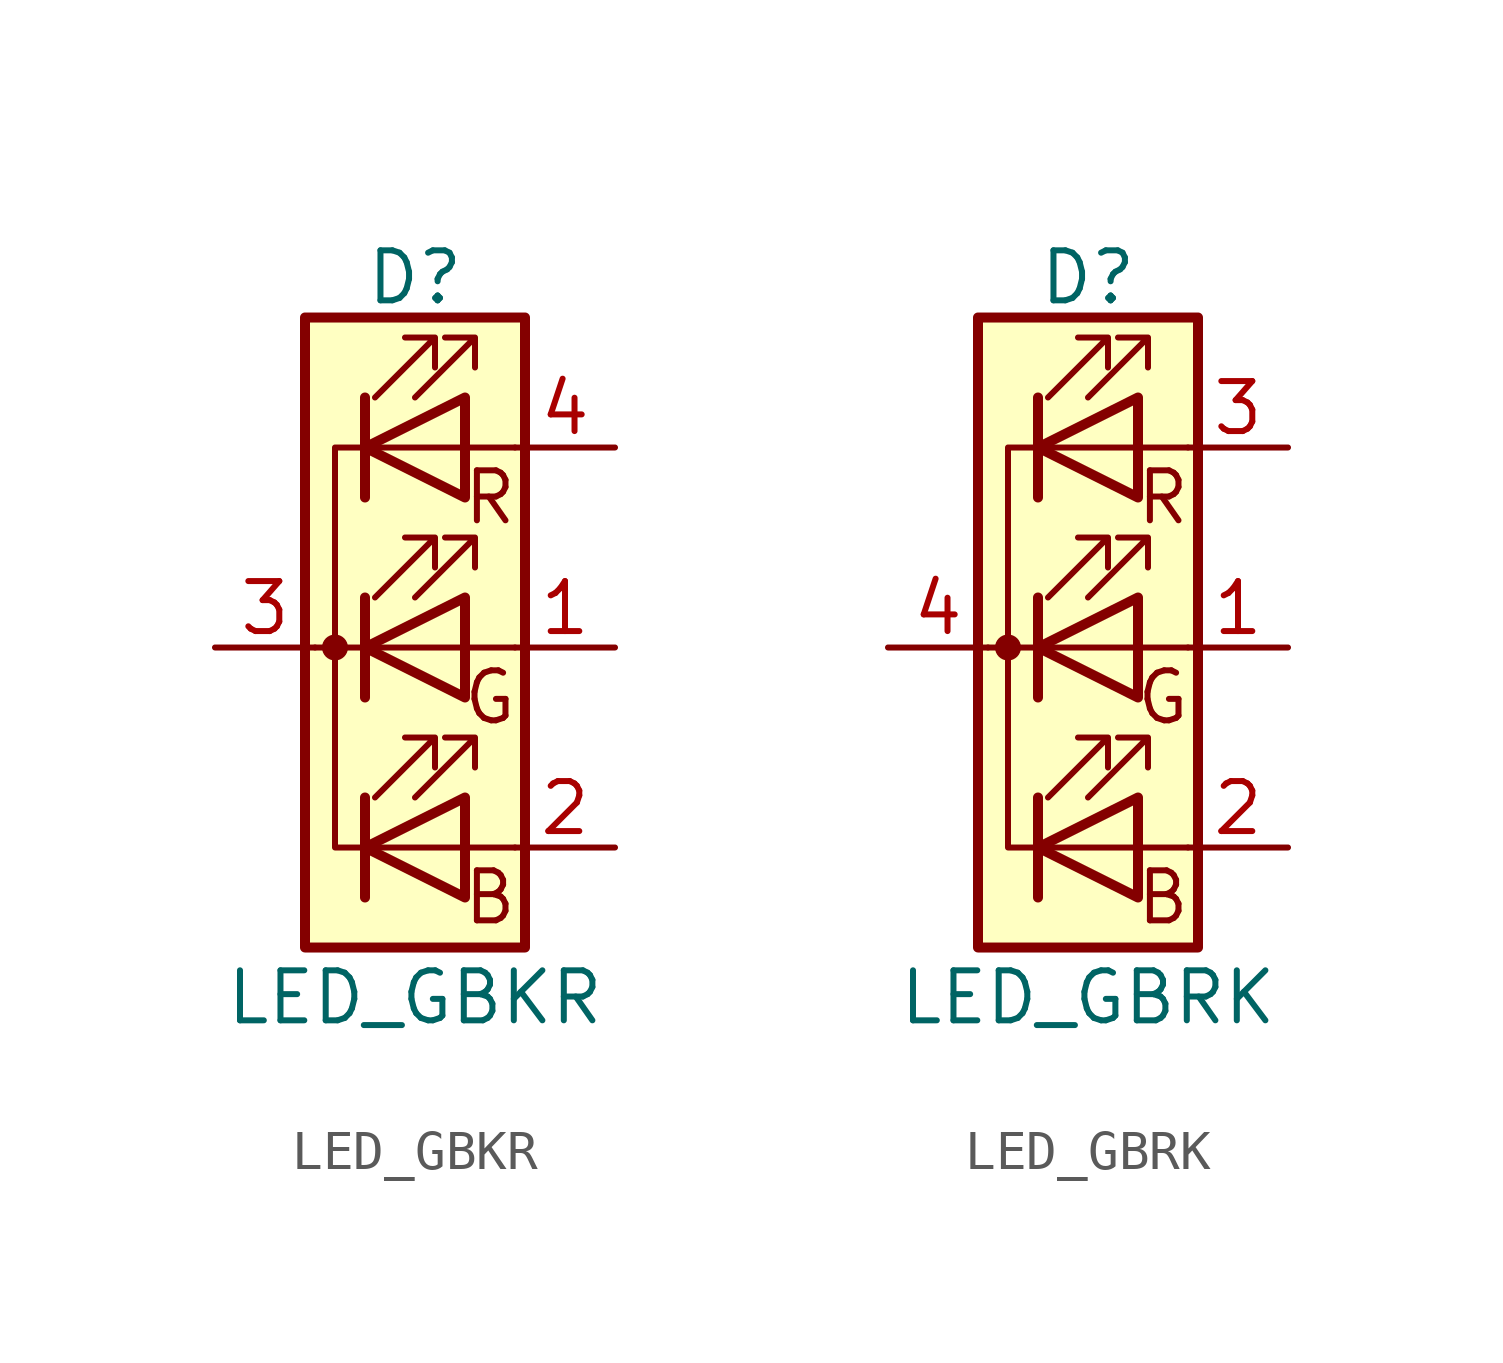
<source format=kicad_sym>
(kicad_symbol_lib
  (version 20211014)
  (generator kicad_symbol_editor)
  (symbol "LED_GBKR"
    (pin_names
      (offset 0) hide)
    (property "Reference" "D"
      (at 0 9.398 0)
      (effects (font (size 1.27 1.27))))
    (property "Value" "LED_GBKR"
      (at 0 -8.89 0)
      (effects (font (size 1.27 1.27))))
    (symbol "LED_GBKR_0_0"
      (text "B" (at 1.905 -6.35 0) (effects (font (size 1.27 1.27))))
      (text "G" (at 1.905 -1.27 0) (effects (font (size 1.27 1.27))))
      (text "R" (at 1.905 3.81 0) (effects (font (size 1.27 1.27)))))
    (symbol "LED_GBKR_0_1"
      (circle (center -2.032 0) (radius 0.254) (stroke (width 0) (type default) (color 0 0 0 0)) (fill (type outline)))
      (polyline (pts (xy -1.27 -5.08) (xy 1.27 -5.08)) (stroke (width 0) (type default) (color 0 0 0 0)) (fill (type none)))
      (polyline (pts (xy -1.27 -3.81) (xy -1.27 -6.35)) (stroke (width 0.254) (type default) (color 0 0 0 0)) (fill (type none)))
      (polyline (pts (xy -1.27 0) (xy -2.54 0)) (stroke (width 0) (type default) (color 0 0 0 0)) (fill (type none)))
      (polyline (pts (xy -1.27 1.27) (xy -1.27 -1.27)) (stroke (width 0.254) (type default) (color 0 0 0 0)) (fill (type none)))
      (polyline (pts (xy -1.27 5.08) (xy 1.27 5.08)) (stroke (width 0) (type default) (color 0 0 0 0)) (fill (type none)))
      (polyline (pts (xy -1.27 6.35) (xy -1.27 3.81)) (stroke (width 0.254) (type default) (color 0 0 0 0)) (fill (type none)))
      (polyline (pts (xy 1.27 -5.08) (xy 2.54 -5.08)) (stroke (width 0) (type default) (color 0 0 0 0)) (fill (type none)))
      (polyline (pts (xy 1.27 0) (xy -1.27 0)) (stroke (width 0) (type default) (color 0 0 0 0)) (fill (type none)))
      (polyline (pts (xy 1.27 0) (xy 2.54 0)) (stroke (width 0) (type default) (color 0 0 0 0)) (fill (type none)))
      (polyline (pts (xy 1.27 5.08) (xy 2.54 5.08)) (stroke (width 0) (type default) (color 0 0 0 0)) (fill (type none)))
      (polyline (pts (xy -1.27 1.27) (xy -1.27 -1.27) (xy -1.27 -1.27)) (stroke (width 0) (type default) (color 0 0 0 0)) (fill (type none)))
      (polyline (pts (xy -1.27 6.35) (xy -1.27 3.81) (xy -1.27 3.81)) (stroke (width 0) (type default) (color 0 0 0 0)) (fill (type none)))
      (polyline (pts (xy -1.27 5.08) (xy -2.032 5.08) (xy -2.032 -5.08) (xy -1.016 -5.08)) (stroke (width 0) (type default) (color 0 0 0 0)) (fill (type none)))
      (polyline (pts (xy 1.27 -3.81) (xy 1.27 -6.35) (xy -1.27 -5.08) (xy 1.27 -3.81)) (stroke (width 0.254) (type default) (color 0 0 0 0)) (fill (type none)))
      (polyline (pts (xy 1.27 1.27) (xy 1.27 -1.27) (xy -1.27 0) (xy 1.27 1.27)) (stroke (width 0.254) (type default) (color 0 0 0 0)) (fill (type none)))
      (polyline (pts (xy 1.27 6.35) (xy 1.27 3.81) (xy -1.27 5.08) (xy 1.27 6.35)) (stroke (width 0.254) (type default) (color 0 0 0 0)) (fill (type none)))
      (polyline (pts (xy -1.016 -3.81) (xy 0.508 -2.286) (xy -0.254 -2.286) (xy 0.508 -2.286) (xy 0.508 -3.048)) (stroke (width 0) (type default) (color 0 0 0 0)) (fill (type none)))
      (polyline (pts (xy -1.016 1.27) (xy 0.508 2.794) (xy -0.254 2.794) (xy 0.508 2.794) (xy 0.508 2.032)) (stroke (width 0) (type default) (color 0 0 0 0)) (fill (type none)))
      (polyline (pts (xy -1.016 6.35) (xy 0.508 7.874) (xy -0.254 7.874) (xy 0.508 7.874) (xy 0.508 7.112)) (stroke (width 0) (type default) (color 0 0 0 0)) (fill (type none)))
      (polyline (pts (xy 0 -3.81) (xy 1.524 -2.286) (xy 0.762 -2.286) (xy 1.524 -2.286) (xy 1.524 -3.048)) (stroke (width 0) (type default) (color 0 0 0 0)) (fill (type none)))
      (polyline (pts (xy 0 1.27) (xy 1.524 2.794) (xy 0.762 2.794) (xy 1.524 2.794) (xy 1.524 2.032)) (stroke (width 0) (type default) (color 0 0 0 0)) (fill (type none)))
      (polyline (pts (xy 0 6.35) (xy 1.524 7.874) (xy 0.762 7.874) (xy 1.524 7.874) (xy 1.524 7.112)) (stroke (width 0) (type default) (color 0 0 0 0)) (fill (type none)))
      (rectangle (start 1.27 -1.27) (end 1.27 1.27) (stroke (width 0) (type default) (color 0 0 0 0)) (fill (type none)))
      (rectangle (start 1.27 1.27) (end 1.27 1.27) (stroke (width 0) (type default) (color 0 0 0 0)) (fill (type none)))
      (rectangle (start 1.27 3.81) (end 1.27 6.35) (stroke (width 0) (type default) (color 0 0 0 0)) (fill (type none)))
      (rectangle (start 1.27 6.35) (end 1.27 6.35) (stroke (width 0) (type default) (color 0 0 0 0)) (fill (type none)))
      (rectangle (start 2.794 8.382) (end -2.794 -7.62) (stroke (width 0.254) (type default) (color 0 0 0 0)) (fill (type background))))
    (symbol "LED_GBKR_1_1"
      (pin passive line (at 5.08 0 180) (length 2.54) (name "GA" (effects (font (size 1.27 1.27)))) (number "1" (effects (font (size 1.27 1.27)))))
      (pin passive line (at 5.08 -5.08 180) (length 2.54) (name "BA" (effects (font (size 1.27 1.27)))) (number "2" (effects (font (size 1.27 1.27)))))
      (pin passive line (at -5.08 0 0) (length 2.54) (name "K" (effects (font (size 1.27 1.27)))) (number "3" (effects (font (size 1.27 1.27)))))
      (pin passive line (at 5.08 5.08 180) (length 2.54) (name "RA" (effects (font (size 1.27 1.27)))) (number "4" (effects (font (size 1.27 1.27)))))))
  (symbol "LED_GBRK"
    (pin_names
      (offset 0) hide)
    (property "Reference" "D"
      (at 0 9.398 0)
      (effects (font (size 1.27 1.27))))
    (property "Value" "LED_GBRK"
      (at 0 -8.89 0)
      (effects (font (size 1.27 1.27))))
    (symbol "LED_GBRK_0_0"
      (text "B" (at 1.905 -6.35 0) (effects (font (size 1.27 1.27))))
      (text "G" (at 1.905 -1.27 0) (effects (font (size 1.27 1.27))))
      (text "R" (at 1.905 3.81 0) (effects (font (size 1.27 1.27)))))
    (symbol "LED_GBRK_0_1"
      (circle (center -2.032 0) (radius 0.254) (stroke (width 0) (type default) (color 0 0 0 0)) (fill (type outline)))
      (polyline (pts (xy -1.27 -5.08) (xy 1.27 -5.08)) (stroke (width 0) (type default) (color 0 0 0 0)) (fill (type none)))
      (polyline (pts (xy -1.27 -3.81) (xy -1.27 -6.35)) (stroke (width 0.254) (type default) (color 0 0 0 0)) (fill (type none)))
      (polyline (pts (xy -1.27 0) (xy -2.54 0)) (stroke (width 0) (type default) (color 0 0 0 0)) (fill (type none)))
      (polyline (pts (xy -1.27 1.27) (xy -1.27 -1.27)) (stroke (width 0.254) (type default) (color 0 0 0 0)) (fill (type none)))
      (polyline (pts (xy -1.27 5.08) (xy 1.27 5.08)) (stroke (width 0) (type default) (color 0 0 0 0)) (fill (type none)))
      (polyline (pts (xy -1.27 6.35) (xy -1.27 3.81)) (stroke (width 0.254) (type default) (color 0 0 0 0)) (fill (type none)))
      (polyline (pts (xy 1.27 -5.08) (xy 2.54 -5.08)) (stroke (width 0) (type default) (color 0 0 0 0)) (fill (type none)))
      (polyline (pts (xy 1.27 0) (xy -1.27 0)) (stroke (width 0) (type default) (color 0 0 0 0)) (fill (type none)))
      (polyline (pts (xy 1.27 0) (xy 2.54 0)) (stroke (width 0) (type default) (color 0 0 0 0)) (fill (type none)))
      (polyline (pts (xy 1.27 5.08) (xy 2.54 5.08)) (stroke (width 0) (type default) (color 0 0 0 0)) (fill (type none)))
      (polyline (pts (xy -1.27 1.27) (xy -1.27 -1.27) (xy -1.27 -1.27)) (stroke (width 0) (type default) (color 0 0 0 0)) (fill (type none)))
      (polyline (pts (xy -1.27 6.35) (xy -1.27 3.81) (xy -1.27 3.81)) (stroke (width 0) (type default) (color 0 0 0 0)) (fill (type none)))
      (polyline (pts (xy -1.27 5.08) (xy -2.032 5.08) (xy -2.032 -5.08) (xy -1.016 -5.08)) (stroke (width 0) (type default) (color 0 0 0 0)) (fill (type none)))
      (polyline (pts (xy 1.27 -3.81) (xy 1.27 -6.35) (xy -1.27 -5.08) (xy 1.27 -3.81)) (stroke (width 0.254) (type default) (color 0 0 0 0)) (fill (type none)))
      (polyline (pts (xy 1.27 1.27) (xy 1.27 -1.27) (xy -1.27 0) (xy 1.27 1.27)) (stroke (width 0.254) (type default) (color 0 0 0 0)) (fill (type none)))
      (polyline (pts (xy 1.27 6.35) (xy 1.27 3.81) (xy -1.27 5.08) (xy 1.27 6.35)) (stroke (width 0.254) (type default) (color 0 0 0 0)) (fill (type none)))
      (polyline (pts (xy -1.016 -3.81) (xy 0.508 -2.286) (xy -0.254 -2.286) (xy 0.508 -2.286) (xy 0.508 -3.048)) (stroke (width 0) (type default) (color 0 0 0 0)) (fill (type none)))
      (polyline (pts (xy -1.016 1.27) (xy 0.508 2.794) (xy -0.254 2.794) (xy 0.508 2.794) (xy 0.508 2.032)) (stroke (width 0) (type default) (color 0 0 0 0)) (fill (type none)))
      (polyline (pts (xy -1.016 6.35) (xy 0.508 7.874) (xy -0.254 7.874) (xy 0.508 7.874) (xy 0.508 7.112)) (stroke (width 0) (type default) (color 0 0 0 0)) (fill (type none)))
      (polyline (pts (xy 0 -3.81) (xy 1.524 -2.286) (xy 0.762 -2.286) (xy 1.524 -2.286) (xy 1.524 -3.048)) (stroke (width 0) (type default) (color 0 0 0 0)) (fill (type none)))
      (polyline (pts (xy 0 1.27) (xy 1.524 2.794) (xy 0.762 2.794) (xy 1.524 2.794) (xy 1.524 2.032)) (stroke (width 0) (type default) (color 0 0 0 0)) (fill (type none)))
      (polyline (pts (xy 0 6.35) (xy 1.524 7.874) (xy 0.762 7.874) (xy 1.524 7.874) (xy 1.524 7.112)) (stroke (width 0) (type default) (color 0 0 0 0)) (fill (type none)))
      (rectangle (start 1.27 -1.27) (end 1.27 1.27) (stroke (width 0) (type default) (color 0 0 0 0)) (fill (type none)))
      (rectangle (start 1.27 1.27) (end 1.27 1.27) (stroke (width 0) (type default) (color 0 0 0 0)) (fill (type none)))
      (rectangle (start 1.27 3.81) (end 1.27 6.35) (stroke (width 0) (type default) (color 0 0 0 0)) (fill (type none)))
      (rectangle (start 1.27 6.35) (end 1.27 6.35) (stroke (width 0) (type default) (color 0 0 0 0)) (fill (type none)))
      (rectangle (start 2.794 8.382) (end -2.794 -7.62) (stroke (width 0.254) (type default) (color 0 0 0 0)) (fill (type background))))
    (symbol "LED_GBRK_1_1"
      (pin passive line (at 5.08 0 180) (length 2.54) (name "GA" (effects (font (size 1.27 1.27)))) (number "1" (effects (font (size 1.27 1.27)))))
      (pin passive line (at 5.08 -5.08 180) (length 2.54) (name "BA" (effects (font (size 1.27 1.27)))) (number "2" (effects (font (size 1.27 1.27)))))
      (pin passive line (at 5.08 5.08 180) (length 2.54) (name "RA" (effects (font (size 1.27 1.27)))) (number "3" (effects (font (size 1.27 1.27)))))
      (pin passive line (at -5.08 0 0) (length 2.54) (name "K" (effects (font (size 1.27 1.27)))) (number "4" (effects (font (size 1.27 1.27))))))))
</source>
